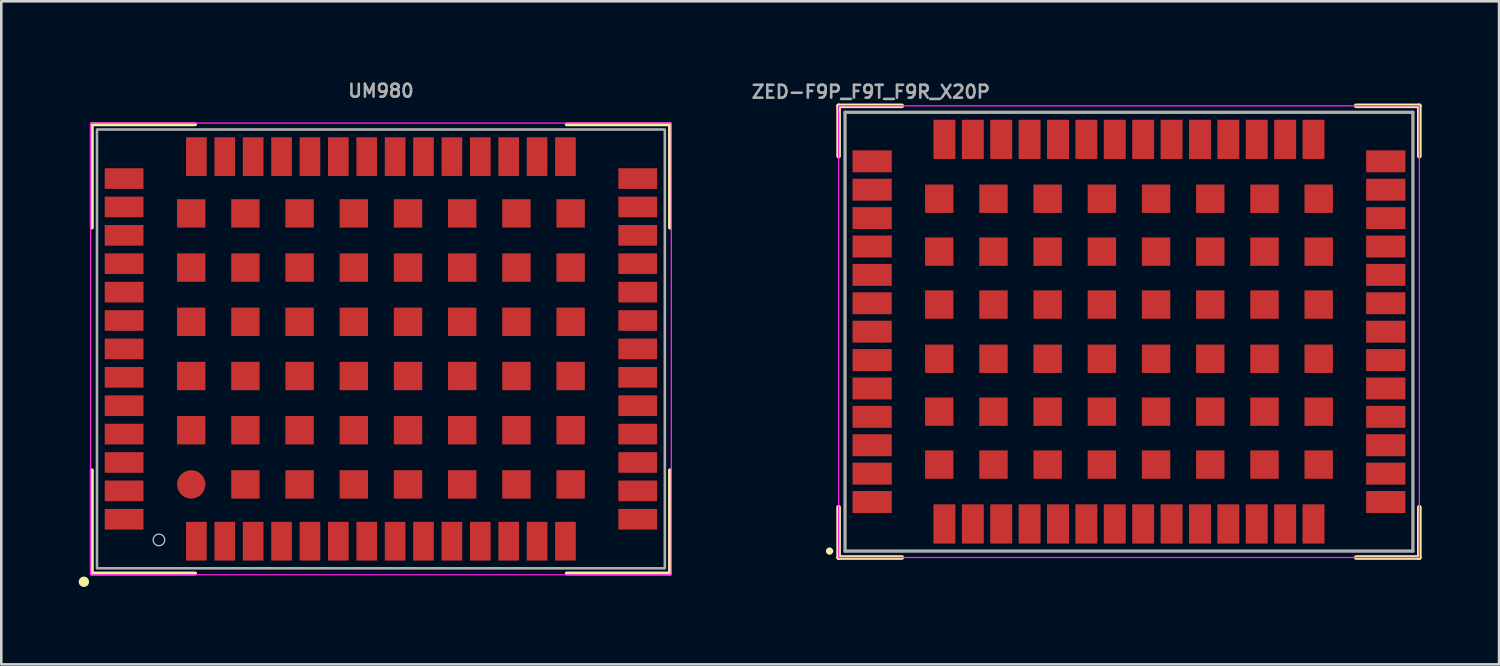
<source format=kicad_pcb>
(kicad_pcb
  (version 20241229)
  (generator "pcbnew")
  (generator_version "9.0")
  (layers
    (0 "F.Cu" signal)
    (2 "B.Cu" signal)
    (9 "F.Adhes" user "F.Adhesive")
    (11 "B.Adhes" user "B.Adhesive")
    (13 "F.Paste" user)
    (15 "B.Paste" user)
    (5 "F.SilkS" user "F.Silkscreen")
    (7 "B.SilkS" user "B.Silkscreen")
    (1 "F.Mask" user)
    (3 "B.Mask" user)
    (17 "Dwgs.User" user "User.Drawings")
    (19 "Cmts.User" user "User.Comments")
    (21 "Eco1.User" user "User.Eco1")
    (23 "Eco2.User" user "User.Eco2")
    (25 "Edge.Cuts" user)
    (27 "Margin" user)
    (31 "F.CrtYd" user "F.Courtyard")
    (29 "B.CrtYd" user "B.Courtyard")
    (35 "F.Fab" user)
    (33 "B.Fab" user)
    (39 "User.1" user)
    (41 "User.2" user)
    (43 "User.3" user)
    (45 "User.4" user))
  (footprint "ZED-F9P_F9T_F9R_X20P"
    (layer "F.Cu")
    (at 40.69 9.8)
    (property "Reference" "ZED-F9P_F9T_F9R_X20P" (at -10 -9 0) (layer "F.Fab") (effects (font (size 0.5 0.5) (thickness 0.1) (bold yes)) (justify bottom)))
    (attr smd)
    (fp_line (start -11.25 -8.75) (end -8.8 -8.75) (stroke (width 0.178) (type solid)) (layer "F.SilkS"))
    (fp_line (start -11.25 -6.8) (end -11.25 -8.75) (stroke (width 0.178) (type solid)) (layer "F.SilkS"))
    (fp_line (start -11.25 8.75) (end -11.25 6.8) (stroke (width 0.178) (type solid)) (layer "F.SilkS"))
    (fp_line (start -8.8 8.75) (end -11.25 8.75) (stroke (width 0.178) (type solid)) (layer "F.SilkS"))
    (fp_line (start 8.8 -8.75) (end 11.25 -8.75) (stroke (width 0.178) (type solid)) (layer "F.SilkS"))
    (fp_line (start 11.25 -8.75) (end 11.25 -6.8) (stroke (width 0.178) (type solid)) (layer "F.SilkS"))
    (fp_line (start 11.25 6.8) (end 11.25 8.75) (stroke (width 0.178) (type solid)) (layer "F.SilkS"))
    (fp_line (start 11.25 8.75) (end 8.8 8.75) (stroke (width 0.178) (type solid)) (layer "F.SilkS"))
    (fp_circle (center -11.6 8.5) (end -11.529 8.5) (stroke (width 0.141) (type solid)) (fill yes) (layer "F.SilkS"))
    (fp_rect (start -11.25 -8.75) (end 11.25 8.75) (stroke (width 0.05) (type default)) (fill no) (layer "F.CrtYd"))
    (fp_line (start -11 -8.5) (end 11 -8.5) (stroke (width 0.127) (type solid)) (layer "F.Fab"))
    (fp_line (start -11 8.5) (end -11 -8.5) (stroke (width 0.127) (type solid)) (layer "F.Fab"))
    (fp_line (start 11 -8.5) (end 11 8.5) (stroke (width 0.127) (type solid)) (layer "F.Fab"))
    (fp_line (start 11 8.5) (end -11 8.5) (stroke (width 0.127) (type solid)) (layer "F.Fab"))
    (pad "1" smd rect (at -7.15 7.45 90) (size 1.52 0.85) (layers "F.Cu" "F.Mask" "F.Paste"))
    (pad "2" smd rect (at -6.05 7.45 90) (size 1.52 0.85) (layers "F.Cu" "F.Mask" "F.Paste"))
    (pad "3" smd rect (at -4.95 7.45 90) (size 1.52 0.85) (layers "F.Cu" "F.Mask" "F.Paste"))
    (pad "4" smd rect (at -3.85 7.45 90) (size 1.52 0.85) (layers "F.Cu" "F.Mask" "F.Paste"))
    (pad "5" smd rect (at -2.75 7.45 90) (size 1.52 0.85) (layers "F.Cu" "F.Mask" "F.Paste"))
    (pad "6" smd rect (at -1.65 7.45 90) (size 1.52 0.85) (layers "F.Cu" "F.Mask" "F.Paste"))
    (pad "7" smd rect (at -0.55 7.45 90) (size 1.52 0.85) (layers "F.Cu" "F.Mask" "F.Paste"))
    (pad "8" smd rect (at 0.55 7.45 90) (size 1.52 0.85) (layers "F.Cu" "F.Mask" "F.Paste"))
    (pad "9" smd rect (at 1.65 7.45 90) (size 1.52 0.85) (layers "F.Cu" "F.Mask" "F.Paste"))
    (pad "10" smd rect (at 2.75 7.45 90) (size 1.52 0.85) (layers "F.Cu" "F.Mask" "F.Paste"))
    (pad "11" smd rect (at 3.85 7.45 90) (size 1.52 0.85) (layers "F.Cu" "F.Mask" "F.Paste"))
    (pad "12" smd rect (at 4.95 7.45 90) (size 1.52 0.85) (layers "F.Cu" "F.Mask" "F.Paste"))
    (pad "13" smd rect (at 6.05 7.45 90) (size 1.52 0.85) (layers "F.Cu" "F.Mask" "F.Paste"))
    (pad "14" smd rect (at 7.15 7.45 90) (size 1.52 0.85) (layers "F.Cu" "F.Mask" "F.Paste"))
    (pad "15" smd rect (at 9.95 6.6) (size 1.52 0.85) (layers "F.Cu" "F.Mask" "F.Paste"))
    (pad "16" smd rect (at 9.95 5.5) (size 1.52 0.85) (layers "F.Cu" "F.Mask" "F.Paste"))
    (pad "17" smd rect (at 9.95 4.4) (size 1.52 0.85) (layers "F.Cu" "F.Mask" "F.Paste"))
    (pad "18" smd rect (at 9.95 3.3) (size 1.52 0.85) (layers "F.Cu" "F.Mask" "F.Paste"))
    (pad "19" smd rect (at 9.95 2.2) (size 1.52 0.85) (layers "F.Cu" "F.Mask" "F.Paste"))
    (pad "20" smd rect (at 9.95 1.1) (size 1.52 0.85) (layers "F.Cu" "F.Mask" "F.Paste"))
    (pad "21" smd rect (at 9.95 0) (size 1.52 0.85) (layers "F.Cu" "F.Mask" "F.Paste"))
    (pad "22" smd rect (at 9.95 -1.1) (size 1.52 0.85) (layers "F.Cu" "F.Mask" "F.Paste"))
    (pad "23" smd rect (at 9.95 -2.2) (size 1.52 0.85) (layers "F.Cu" "F.Mask" "F.Paste"))
    (pad "24" smd rect (at 9.95 -3.3) (size 1.52 0.85) (layers "F.Cu" "F.Mask" "F.Paste"))
    (pad "25" smd rect (at 9.95 -4.4) (size 1.52 0.85) (layers "F.Cu" "F.Mask" "F.Paste"))
    (pad "26" smd rect (at 9.95 -5.5) (size 1.52 0.85) (layers "F.Cu" "F.Mask" "F.Paste"))
    (pad "27" smd rect (at 9.95 -6.6) (size 1.52 0.85) (layers "F.Cu" "F.Mask" "F.Paste"))
    (pad "28" smd rect (at 7.15 -7.45 270) (size 1.52 0.85) (layers "F.Cu" "F.Mask" "F.Paste"))
    (pad "29" smd rect (at 6.05 -7.45 270) (size 1.52 0.85) (layers "F.Cu" "F.Mask" "F.Paste"))
    (pad "30" smd rect (at 4.95 -7.45 270) (size 1.52 0.85) (layers "F.Cu" "F.Mask" "F.Paste"))
    (pad "31" smd rect (at 3.85 -7.45 270) (size 1.52 0.85) (layers "F.Cu" "F.Mask" "F.Paste"))
    (pad "32" smd rect (at 2.75 -7.45 270) (size 1.52 0.85) (layers "F.Cu" "F.Mask" "F.Paste"))
    (pad "33" smd rect (at 1.65 -7.45 270) (size 1.52 0.85) (layers "F.Cu" "F.Mask" "F.Paste"))
    (pad "34" smd rect (at 0.55 -7.45 270) (size 1.52 0.85) (layers "F.Cu" "F.Mask" "F.Paste"))
    (pad "35" smd rect (at -0.55 -7.45 270) (size 1.52 0.85) (layers "F.Cu" "F.Mask" "F.Paste"))
    (pad "36" smd rect (at -1.65 -7.45 270) (size 1.52 0.85) (layers "F.Cu" "F.Mask" "F.Paste"))
    (pad "37" smd rect (at -2.75 -7.45 270) (size 1.52 0.85) (layers "F.Cu" "F.Mask" "F.Paste"))
    (pad "38" smd rect (at -3.85 -7.45 270) (size 1.52 0.85) (layers "F.Cu" "F.Mask" "F.Paste"))
    (pad "39" smd rect (at -4.95 -7.45 270) (size 1.52 0.85) (layers "F.Cu" "F.Mask" "F.Paste"))
    (pad "40" smd rect (at -6.05 -7.45 270) (size 1.52 0.85) (layers "F.Cu" "F.Mask" "F.Paste"))
    (pad "41" smd rect (at -7.15 -7.45 270) (size 1.52 0.85) (layers "F.Cu" "F.Mask" "F.Paste"))
    (pad "42" smd rect (at -9.95 -6.6 180) (size 1.52 0.85) (layers "F.Cu" "F.Mask" "F.Paste"))
    (pad "43" smd rect (at -9.95 -5.5 180) (size 1.52 0.85) (layers "F.Cu" "F.Mask" "F.Paste"))
    (pad "44" smd rect (at -9.95 -4.4 180) (size 1.52 0.85) (layers "F.Cu" "F.Mask" "F.Paste"))
    (pad "45" smd rect (at -9.95 -3.3 180) (size 1.52 0.85) (layers "F.Cu" "F.Mask" "F.Paste"))
    (pad "46" smd rect (at -9.95 -2.2 180) (size 1.52 0.85) (layers "F.Cu" "F.Mask" "F.Paste"))
    (pad "47" smd rect (at -9.95 -1.1 180) (size 1.52 0.85) (layers "F.Cu" "F.Mask" "F.Paste"))
    (pad "48" smd rect (at -9.95 0 180) (size 1.52 0.85) (layers "F.Cu" "F.Mask" "F.Paste"))
    (pad "49" smd rect (at -9.95 1.1 180) (size 1.52 0.85) (layers "F.Cu" "F.Mask" "F.Paste"))
    (pad "50" smd rect (at -9.95 2.2 180) (size 1.52 0.85) (layers "F.Cu" "F.Mask" "F.Paste"))
    (pad "51" smd rect (at -9.95 3.3 180) (size 1.52 0.85) (layers "F.Cu" "F.Mask" "F.Paste"))
    (pad "52" smd rect (at -9.95 4.4 180) (size 1.52 0.85) (layers "F.Cu" "F.Mask" "F.Paste"))
    (pad "53" smd rect (at -9.95 5.5 180) (size 1.52 0.85) (layers "F.Cu" "F.Mask" "F.Paste"))
    (pad "54" smd rect (at -9.95 6.6 180) (size 1.52 0.85) (layers "F.Cu" "F.Mask" "F.Paste"))
    (pad "55" smd rect (at -1.05 1.05) (size 1.1 1.1) (layers "F.Cu" "F.Mask" "F.Paste"))
    (pad "56" smd rect (at -3.15 1.05) (size 1.1 1.1) (layers "F.Cu" "F.Mask" "F.Paste"))
    (pad "57" smd rect (at -5.25 1.05) (size 1.1 1.1) (layers "F.Cu" "F.Mask" "F.Paste"))
    (pad "58" smd rect (at -7.35 1.05) (size 1.1 1.1) (layers "F.Cu" "F.Mask" "F.Paste"))
    (pad "59" smd rect (at -1.05 3.1) (size 1.1 1.1) (layers "F.Cu" "F.Mask" "F.Paste"))
    (pad "60" smd rect (at -3.15 3.1) (size 1.1 1.1) (layers "F.Cu" "F.Mask" "F.Paste"))
    (pad "61" smd rect (at -5.25 3.1) (size 1.1 1.1) (layers "F.Cu" "F.Mask" "F.Paste"))
    (pad "62" smd rect (at -7.35 3.1) (size 1.1 1.1) (layers "F.Cu" "F.Mask" "F.Paste"))
    (pad "63" smd rect (at -1.05 5.15) (size 1.1 1.1) (layers "F.Cu" "F.Mask" "F.Paste"))
    (pad "64" smd rect (at -3.15 5.15) (size 1.1 1.1) (layers "F.Cu" "F.Mask" "F.Paste"))
    (pad "65" smd rect (at -5.25 5.15) (size 1.1 1.1) (layers "F.Cu" "F.Mask" "F.Paste"))
    (pad "66" smd rect (at -7.35 5.15) (size 1.1 1.1) (layers "F.Cu" "F.Mask" "F.Paste"))
    (pad "67" smd rect (at -1.05 -5.15) (size 1.1 1.1) (layers "F.Cu" "F.Mask" "F.Paste"))
    (pad "68" smd rect (at -3.15 -5.15) (size 1.1 1.1) (layers "F.Cu" "F.Mask" "F.Paste"))
    (pad "69" smd rect (at -5.25 -5.15) (size 1.1 1.1) (layers "F.Cu" "F.Mask" "F.Paste"))
    (pad "70" smd rect (at -7.35 -5.15) (size 1.1 1.1) (layers "F.Cu" "F.Mask" "F.Paste"))
    (pad "71" smd rect (at -1.05 -3.1) (size 1.1 1.1) (layers "F.Cu" "F.Mask" "F.Paste"))
    (pad "72" smd rect (at -3.15 -3.1) (size 1.1 1.1) (layers "F.Cu" "F.Mask" "F.Paste"))
    (pad "73" smd rect (at -5.25 -3.1) (size 1.1 1.1) (layers "F.Cu" "F.Mask" "F.Paste"))
    (pad "74" smd rect (at -7.35 -3.1) (size 1.1 1.1) (layers "F.Cu" "F.Mask" "F.Paste"))
    (pad "75" smd rect (at -1.05 -1.05) (size 1.1 1.1) (layers "F.Cu" "F.Mask" "F.Paste"))
    (pad "76" smd rect (at -3.15 -1.05) (size 1.1 1.1) (layers "F.Cu" "F.Mask" "F.Paste"))
    (pad "77" smd rect (at -5.25 -1.05) (size 1.1 1.1) (layers "F.Cu" "F.Mask" "F.Paste"))
    (pad "78" smd rect (at -7.35 -1.05) (size 1.1 1.1) (layers "F.Cu" "F.Mask" "F.Paste"))
    (pad "79" smd rect (at 1.05 -1.05 180) (size 1.1 1.1) (layers "F.Cu" "F.Mask" "F.Paste"))
    (pad "80" smd rect (at 3.15 -1.05 180) (size 1.1 1.1) (layers "F.Cu" "F.Mask" "F.Paste"))
    (pad "81" smd rect (at 5.25 -1.05 180) (size 1.1 1.1) (layers "F.Cu" "F.Mask" "F.Paste"))
    (pad "82" smd rect (at 7.35 -1.05 180) (size 1.1 1.1) (layers "F.Cu" "F.Mask" "F.Paste"))
    (pad "83" smd rect (at 1.05 -3.1 180) (size 1.1 1.1) (layers "F.Cu" "F.Mask" "F.Paste"))
    (pad "84" smd rect (at 3.15 -3.1 180) (size 1.1 1.1) (layers "F.Cu" "F.Mask" "F.Paste"))
    (pad "85" smd rect (at 5.25 -3.1 180) (size 1.1 1.1) (layers "F.Cu" "F.Mask" "F.Paste"))
    (pad "86" smd rect (at 7.35 -3.1 180) (size 1.1 1.1) (layers "F.Cu" "F.Mask" "F.Paste"))
    (pad "87" smd rect (at 1.05 -5.15 180) (size 1.1 1.1) (layers "F.Cu" "F.Mask" "F.Paste"))
    (pad "88" smd rect (at 3.15 -5.15 180) (size 1.1 1.1) (layers "F.Cu" "F.Mask" "F.Paste"))
    (pad "89" smd rect (at 5.25 -5.15 180) (size 1.1 1.1) (layers "F.Cu" "F.Mask" "F.Paste"))
    (pad "90" smd rect (at 7.35 -5.15 180) (size 1.1 1.1) (layers "F.Cu" "F.Mask" "F.Paste"))
    (pad "91" smd rect (at 1.05 5.15 180) (size 1.1 1.1) (layers "F.Cu" "F.Mask" "F.Paste"))
    (pad "92" smd rect (at 3.15 5.15 180) (size 1.1 1.1) (layers "F.Cu" "F.Mask" "F.Paste"))
    (pad "93" smd rect (at 5.25 5.15 180) (size 1.1 1.1) (layers "F.Cu" "F.Mask" "F.Paste"))
    (pad "94" smd rect (at 7.35 5.15 180) (size 1.1 1.1) (layers "F.Cu" "F.Mask" "F.Paste"))
    (pad "95" smd rect (at 1.05 3.1 180) (size 1.1 1.1) (layers "F.Cu" "F.Mask" "F.Paste"))
    (pad "96" smd rect (at 3.15 3.1 180) (size 1.1 1.1) (layers "F.Cu" "F.Mask" "F.Paste"))
    (pad "97" smd rect (at 5.25 3.1 180) (size 1.1 1.1) (layers "F.Cu" "F.Mask" "F.Paste"))
    (pad "98" smd rect (at 7.35 3.1 180) (size 1.1 1.1) (layers "F.Cu" "F.Mask" "F.Paste"))
    (pad "99" smd rect (at 1.05 1.05 180) (size 1.1 1.1) (layers "F.Cu" "F.Mask" "F.Paste"))
    (pad "100" smd rect (at 3.15 1.05 180) (size 1.1 1.1) (layers "F.Cu" "F.Mask" "F.Paste"))
    (pad "101" smd rect (at 5.25 1.05 180) (size 1.1 1.1) (layers "F.Cu" "F.Mask" "F.Paste"))
    (pad "102" smd rect (at 7.35 1.05 180) (size 1.1 1.1) (layers "F.Cu" "F.Mask" "F.Paste")))
  (footprint "UM980"
    (layer "F.Cu")
    (at 11.708 10.468)
    (property "Reference" "UM980" (at 0 -10 0) (unlocked yes) (layer "F.Fab") (effects (font (size 0.5 0.5) (thickness 0.1) (bold yes))))
    (attr smd)
    (fp_line (start -11.2 -8.7) (end -11.2 -4.7) (stroke (width 0.15) (type default)) (layer "F.SilkS"))
    (fp_line (start -11.2 -8.7) (end -7.2 -8.7) (stroke (width 0.15) (type default)) (layer "F.SilkS"))
    (fp_line (start -11.2 8.7) (end -11.2 4.7) (stroke (width 0.15) (type default)) (layer "F.SilkS"))
    (fp_line (start -11.2 8.7) (end -7.2 8.7) (stroke (width 0.15) (type default)) (layer "F.SilkS"))
    (fp_line (start 11.2 -8.7) (end 7.2 -8.7) (stroke (width 0.15) (type default)) (layer "F.SilkS"))
    (fp_line (start 11.2 -8.7) (end 11.2 -4.7) (stroke (width 0.15) (type default)) (layer "F.SilkS"))
    (fp_line (start 11.2 8.7) (end 7.2 8.7) (stroke (width 0.15) (type default)) (layer "F.SilkS"))
    (fp_line (start 11.2 8.7) (end 11.2 4.7) (stroke (width 0.15) (type default)) (layer "F.SilkS"))
    (fp_circle (center -11.508 9.022) (end -11.508 9.122) (stroke (width 0.2) (type solid)) (fill yes) (layer "F.SilkS"))
    (fp_circle (center -8.6 7.4) (end -8.376 7.4) (stroke (width 0.05) (type default)) (fill no) (layer "Dwgs.User"))
    (fp_rect (start 11.25 -8.75) (end -11.25 8.75) (stroke (width 0.05) (type default)) (fill no) (layer "F.CrtYd"))
    (fp_rect (start -11 8.5) (end 11 -8.5) (stroke (width 0.1) (type default)) (fill no) (layer "F.Fab"))
    (pad "1" smd rect (at -7.15 7.45) (size 0.8 1.5) (layers "F.Cu" "F.Mask" "F.Paste"))
    (pad "2" smd rect (at -6.05 7.45) (size 0.8 1.5) (layers "F.Cu" "F.Mask" "F.Paste"))
    (pad "3" smd rect (at -4.95 7.45) (size 0.8 1.5) (layers "F.Cu" "F.Mask" "F.Paste"))
    (pad "4" smd rect (at -3.85 7.45) (size 0.8 1.5) (layers "F.Cu" "F.Mask" "F.Paste"))
    (pad "5" smd rect (at -2.75 7.45) (size 0.8 1.5) (layers "F.Cu" "F.Mask" "F.Paste"))
    (pad "6" smd rect (at -1.65 7.45) (size 0.8 1.5) (layers "F.Cu" "F.Mask" "F.Paste"))
    (pad "7" smd rect (at -0.55 7.45) (size 0.8 1.5) (layers "F.Cu" "F.Mask" "F.Paste"))
    (pad "8" smd rect (at 0.55 7.45) (size 0.8 1.5) (layers "F.Cu" "F.Mask" "F.Paste"))
    (pad "9" smd rect (at 1.65 7.45) (size 0.8 1.5) (layers "F.Cu" "F.Mask" "F.Paste"))
    (pad "10" smd rect (at 2.75 7.45) (size 0.8 1.5) (layers "F.Cu" "F.Mask" "F.Paste"))
    (pad "11" smd rect (at 3.85 7.45) (size 0.8 1.5) (layers "F.Cu" "F.Mask" "F.Paste"))
    (pad "12" smd rect (at 4.95 7.45) (size 0.8 1.5) (layers "F.Cu" "F.Mask" "F.Paste"))
    (pad "13" smd rect (at 6.05 7.45) (size 0.8 1.5) (layers "F.Cu" "F.Mask" "F.Paste"))
    (pad "14" smd rect (at 7.15 7.45) (size 0.8 1.5) (layers "F.Cu" "F.Mask" "F.Paste"))
    (pad "15" smd rect (at 9.95 6.6 270) (size 0.8 1.5) (layers "F.Cu" "F.Mask" "F.Paste"))
    (pad "16" smd rect (at 9.95 5.5 270) (size 0.8 1.5) (layers "F.Cu" "F.Mask" "F.Paste"))
    (pad "17" smd rect (at 9.95 4.4 270) (size 0.8 1.5) (layers "F.Cu" "F.Mask" "F.Paste"))
    (pad "18" smd rect (at 9.95 3.3 270) (size 0.8 1.5) (layers "F.Cu" "F.Mask" "F.Paste"))
    (pad "19" smd rect (at 9.95 2.2 270) (size 0.8 1.5) (layers "F.Cu" "F.Mask" "F.Paste"))
    (pad "20" smd rect (at 9.95 1.1 270) (size 0.8 1.5) (layers "F.Cu" "F.Mask" "F.Paste"))
    (pad "21" smd rect (at 9.95 0 270) (size 0.8 1.5) (layers "F.Cu" "F.Mask" "F.Paste"))
    (pad "22" smd rect (at 9.95 -1.1 270) (size 0.8 1.5) (layers "F.Cu" "F.Mask" "F.Paste"))
    (pad "23" smd rect (at 9.95 -2.2 270) (size 0.8 1.5) (layers "F.Cu" "F.Mask" "F.Paste"))
    (pad "24" smd rect (at 9.95 -3.3 270) (size 0.8 1.5) (layers "F.Cu" "F.Mask" "F.Paste"))
    (pad "25" smd rect (at 9.95 -4.4 270) (size 0.8 1.5) (layers "F.Cu" "F.Mask" "F.Paste"))
    (pad "26" smd rect (at 9.95 -5.5 270) (size 0.8 1.5) (layers "F.Cu" "F.Mask" "F.Paste"))
    (pad "27" smd rect (at 9.95 -6.6 270) (size 0.8 1.5) (layers "F.Cu" "F.Mask" "F.Paste"))
    (pad "28" smd rect (at 7.15 -7.45 180) (size 0.8 1.5) (layers "F.Cu" "F.Mask" "F.Paste"))
    (pad "29" smd rect (at 6.05 -7.45 180) (size 0.8 1.5) (layers "F.Cu" "F.Mask" "F.Paste"))
    (pad "30" smd rect (at 4.95 -7.45 180) (size 0.8 1.5) (layers "F.Cu" "F.Mask" "F.Paste"))
    (pad "31" smd rect (at 3.85 -7.45 180) (size 0.8 1.5) (layers "F.Cu" "F.Mask" "F.Paste"))
    (pad "32" smd rect (at 2.75 -7.45 180) (size 0.8 1.5) (layers "F.Cu" "F.Mask" "F.Paste"))
    (pad "33" smd rect (at 1.65 -7.45 180) (size 0.8 1.5) (layers "F.Cu" "F.Mask" "F.Paste"))
    (pad "34" smd rect (at 0.55 -7.45 180) (size 0.8 1.5) (layers "F.Cu" "F.Mask" "F.Paste"))
    (pad "35" smd rect (at -0.55 -7.45 180) (size 0.8 1.5) (layers "F.Cu" "F.Mask" "F.Paste"))
    (pad "36" smd rect (at -1.65 -7.45 180) (size 0.8 1.5) (layers "F.Cu" "F.Mask" "F.Paste"))
    (pad "37" smd rect (at -2.75 -7.45 180) (size 0.8 1.5) (layers "F.Cu" "F.Mask" "F.Paste"))
    (pad "38" smd rect (at -3.85 -7.45 180) (size 0.8 1.5) (layers "F.Cu" "F.Mask" "F.Paste"))
    (pad "39" smd rect (at -4.95 -7.45 180) (size 0.8 1.5) (layers "F.Cu" "F.Mask" "F.Paste"))
    (pad "40" smd rect (at -6.05 -7.45 180) (size 0.8 1.5) (layers "F.Cu" "F.Mask" "F.Paste"))
    (pad "41" smd rect (at -7.15 -7.45 180) (size 0.8 1.5) (layers "F.Cu" "F.Mask" "F.Paste"))
    (pad "42" smd rect (at -9.95 -6.6 90) (size 0.8 1.5) (layers "F.Cu" "F.Mask" "F.Paste"))
    (pad "43" smd rect (at -9.95 -5.5 90) (size 0.8 1.5) (layers "F.Cu" "F.Mask" "F.Paste"))
    (pad "44" smd rect (at -9.95 -4.4 90) (size 0.8 1.5) (layers "F.Cu" "F.Mask" "F.Paste"))
    (pad "45" smd rect (at -9.95 -3.3 90) (size 0.8 1.5) (layers "F.Cu" "F.Mask" "F.Paste"))
    (pad "46" smd rect (at -9.95 -2.2 90) (size 0.8 1.5) (layers "F.Cu" "F.Mask" "F.Paste"))
    (pad "47" smd rect (at -9.95 -1.1 90) (size 0.8 1.5) (layers "F.Cu" "F.Mask" "F.Paste"))
    (pad "48" smd rect (at -9.95 0 90) (size 0.8 1.5) (layers "F.Cu" "F.Mask" "F.Paste"))
    (pad "49" smd rect (at -9.95 1.1 90) (size 0.8 1.5) (layers "F.Cu" "F.Mask" "F.Paste"))
    (pad "50" smd rect (at -9.95 2.2 90) (size 0.8 1.5) (layers "F.Cu" "F.Mask" "F.Paste"))
    (pad "51" smd rect (at -9.95 3.3 90) (size 0.8 1.5) (layers "F.Cu" "F.Mask" "F.Paste"))
    (pad "52" smd rect (at -9.95 4.4 90) (size 0.8 1.5) (layers "F.Cu" "F.Mask" "F.Paste"))
    (pad "53" smd rect (at -9.95 5.5 90) (size 0.8 1.5) (layers "F.Cu" "F.Mask" "F.Paste"))
    (pad "54" smd rect (at -9.95 6.6 90) (size 0.8 1.5) (layers "F.Cu" "F.Mask" "F.Paste"))
    (pad "55" smd rect (at -7.35 -5.25) (size 1.1 1.1) (layers "F.Cu" "F.Mask" "F.Paste"))
    (pad "56" smd rect (at -7.35 -3.15) (size 1.1 1.1) (layers "F.Cu" "F.Mask" "F.Paste"))
    (pad "57" smd rect (at -7.35 -1.05) (size 1.1 1.1) (layers "F.Cu" "F.Mask" "F.Paste"))
    (pad "58" smd rect (at -7.35 1.05) (size 1.1 1.1) (layers "F.Cu" "F.Mask" "F.Paste"))
    (pad "59" smd rect (at -7.35 3.15) (size 1.1 1.1) (layers "F.Cu" "F.Mask" "F.Paste"))
    (pad "60" smd circle (at -7.35 5.25) (size 1.1 1.1) (layers "F.Cu" "F.Mask" "F.Paste"))
    (pad "61" smd rect (at -5.25 -5.25) (size 1.1 1.1) (layers "F.Cu" "F.Mask" "F.Paste"))
    (pad "62" smd rect (at -5.25 -3.15) (size 1.1 1.1) (layers "F.Cu" "F.Mask" "F.Paste"))
    (pad "63" smd rect (at -5.25 -1.05) (size 1.1 1.1) (layers "F.Cu" "F.Mask" "F.Paste"))
    (pad "64" smd rect (at -5.25 1.05) (size 1.1 1.1) (layers "F.Cu" "F.Mask" "F.Paste"))
    (pad "65" smd rect (at -5.25 3.15) (size 1.1 1.1) (layers "F.Cu" "F.Mask" "F.Paste"))
    (pad "66" smd rect (at -5.25 5.25) (size 1.1 1.1) (layers "F.Cu" "F.Mask" "F.Paste"))
    (pad "67" smd rect (at -3.15 -5.25) (size 1.1 1.1) (layers "F.Cu" "F.Mask" "F.Paste"))
    (pad "68" smd rect (at -3.15 -3.15) (size 1.1 1.1) (layers "F.Cu" "F.Mask" "F.Paste"))
    (pad "69" smd rect (at -3.15 -1.05) (size 1.1 1.1) (layers "F.Cu" "F.Mask" "F.Paste"))
    (pad "70" smd rect (at -3.15 1.05) (size 1.1 1.1) (layers "F.Cu" "F.Mask" "F.Paste"))
    (pad "71" smd rect (at -3.15 3.15) (size 1.1 1.1) (layers "F.Cu" "F.Mask" "F.Paste"))
    (pad "72" smd rect (at -3.15 5.25) (size 1.1 1.1) (layers "F.Cu" "F.Mask" "F.Paste"))
    (pad "73" smd rect (at -1.05 -5.25) (size 1.1 1.1) (layers "F.Cu" "F.Mask" "F.Paste"))
    (pad "74" smd rect (at -1.05 -3.15) (size 1.1 1.1) (layers "F.Cu" "F.Mask" "F.Paste"))
    (pad "75" smd rect (at -1.05 -1.05) (size 1.1 1.1) (layers "F.Cu" "F.Mask" "F.Paste"))
    (pad "76" smd rect (at -1.05 1.05) (size 1.1 1.1) (layers "F.Cu" "F.Mask" "F.Paste"))
    (pad "77" smd rect (at -1.05 3.15) (size 1.1 1.1) (layers "F.Cu" "F.Mask" "F.Paste"))
    (pad "78" smd rect (at -1.05 5.25) (size 1.1 1.1) (layers "F.Cu" "F.Mask" "F.Paste"))
    (pad "79" smd rect (at 1.05 -5.25) (size 1.1 1.1) (layers "F.Cu" "F.Mask" "F.Paste"))
    (pad "80" smd rect (at 1.05 -3.15) (size 1.1 1.1) (layers "F.Cu" "F.Mask" "F.Paste"))
    (pad "81" smd rect (at 1.05 -1.05) (size 1.1 1.1) (layers "F.Cu" "F.Mask" "F.Paste"))
    (pad "82" smd rect (at 1.05 1.05) (size 1.1 1.1) (layers "F.Cu" "F.Mask" "F.Paste"))
    (pad "83" smd rect (at 1.05 3.15) (size 1.1 1.1) (layers "F.Cu" "F.Mask" "F.Paste"))
    (pad "84" smd rect (at 1.05 5.25) (size 1.1 1.1) (layers "F.Cu" "F.Mask" "F.Paste"))
    (pad "85" smd rect (at 3.15 -5.25) (size 1.1 1.1) (layers "F.Cu" "F.Mask" "F.Paste"))
    (pad "86" smd rect (at 3.15 -3.15) (size 1.1 1.1) (layers "F.Cu" "F.Mask" "F.Paste"))
    (pad "87" smd rect (at 3.15 -1.05) (size 1.1 1.1) (layers "F.Cu" "F.Mask" "F.Paste"))
    (pad "88" smd rect (at 3.15 1.05) (size 1.1 1.1) (layers "F.Cu" "F.Mask" "F.Paste"))
    (pad "89" smd rect (at 3.15 3.15) (size 1.1 1.1) (layers "F.Cu" "F.Mask" "F.Paste"))
    (pad "90" smd rect (at 3.15 5.25) (size 1.1 1.1) (layers "F.Cu" "F.Mask" "F.Paste"))
    (pad "91" smd rect (at 5.25 -5.25) (size 1.1 1.1) (layers "F.Cu" "F.Mask" "F.Paste"))
    (pad "92" smd rect (at 5.25 -3.15) (size 1.1 1.1) (layers "F.Cu" "F.Mask" "F.Paste"))
    (pad "93" smd rect (at 5.25 -1.05) (size 1.1 1.1) (layers "F.Cu" "F.Mask" "F.Paste"))
    (pad "94" smd rect (at 5.25 1.05) (size 1.1 1.1) (layers "F.Cu" "F.Mask" "F.Paste"))
    (pad "95" smd rect (at 5.25 3.15) (size 1.1 1.1) (layers "F.Cu" "F.Mask" "F.Paste"))
    (pad "96" smd rect (at 5.25 5.25) (size 1.1 1.1) (layers "F.Cu" "F.Mask" "F.Paste"))
    (pad "97" smd rect (at 7.35 -5.25) (size 1.1 1.1) (layers "F.Cu" "F.Mask" "F.Paste"))
    (pad "98" smd rect (at 7.35 -3.15) (size 1.1 1.1) (layers "F.Cu" "F.Mask" "F.Paste"))
    (pad "99" smd rect (at 7.35 -1.05) (size 1.1 1.1) (layers "F.Cu" "F.Mask" "F.Paste"))
    (pad "100" smd rect (at 7.35 1.05) (size 1.1 1.1) (layers "F.Cu" "F.Mask" "F.Paste"))
    (pad "101" smd rect (at 7.35 3.15) (size 1.1 1.1) (layers "F.Cu" "F.Mask" "F.Paste"))
    (pad "102" smd rect (at 7.35 5.25) (size 1.1 1.1) (layers "F.Cu" "F.Mask" "F.Paste")))
  (gr_rect
    (start -3 -3)
    (end 55.029 22.69)
    (stroke (width 0.1) (type default))
    (fill no)
    (layer "Edge.Cuts")))
</source>
